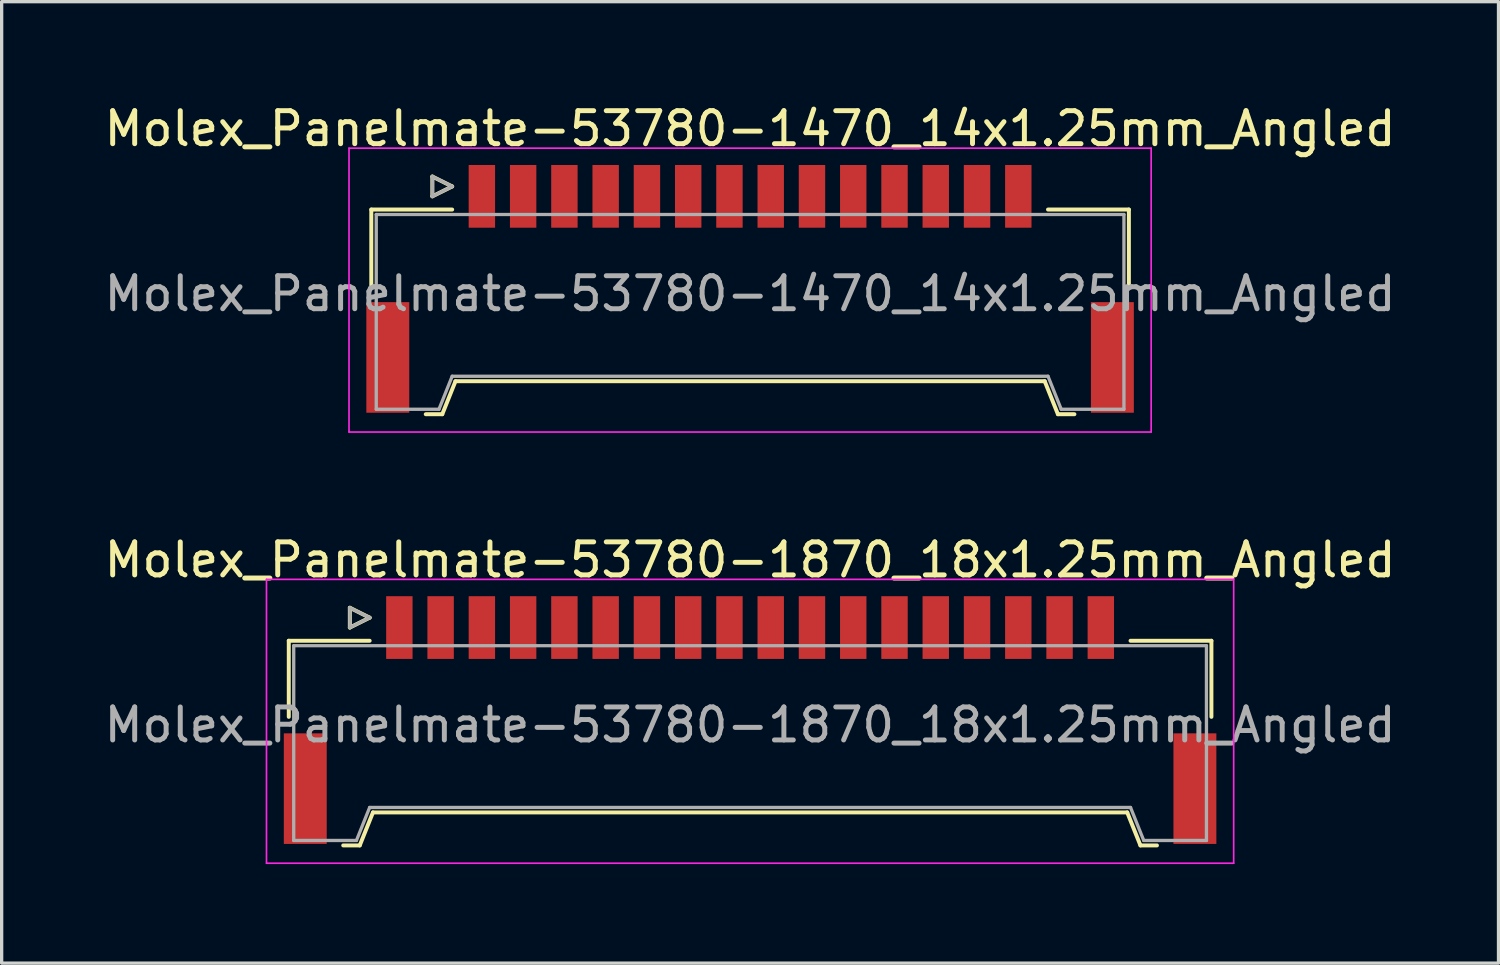
<source format=kicad_pcb>
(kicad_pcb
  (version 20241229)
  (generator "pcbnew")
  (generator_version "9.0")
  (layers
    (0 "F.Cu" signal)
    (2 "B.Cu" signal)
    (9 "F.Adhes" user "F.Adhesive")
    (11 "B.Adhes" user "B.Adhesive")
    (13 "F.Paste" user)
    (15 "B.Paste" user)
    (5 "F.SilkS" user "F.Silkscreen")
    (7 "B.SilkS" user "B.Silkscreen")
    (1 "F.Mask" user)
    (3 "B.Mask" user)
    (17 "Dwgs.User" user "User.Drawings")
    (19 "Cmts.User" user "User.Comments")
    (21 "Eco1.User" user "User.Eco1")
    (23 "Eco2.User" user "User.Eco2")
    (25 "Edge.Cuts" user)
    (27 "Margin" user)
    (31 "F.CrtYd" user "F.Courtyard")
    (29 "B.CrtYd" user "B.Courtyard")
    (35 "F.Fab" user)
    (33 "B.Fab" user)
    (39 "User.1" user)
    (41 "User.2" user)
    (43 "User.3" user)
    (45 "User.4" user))
  (footprint "Molex_Panelmate-53780-1470_14x1.25mm_Angled"
    (layer "F.Cu")
    (at 19.673 5.338)
    (property "Reference" "Molex_Panelmate-53780-1470_14x1.25mm_Angled" (at 0 -4.49 0) (layer "F.SilkS") (effects (font (size 1 1) (thickness 0.15))))
    (attr smd)
    (fp_line (start -11.475 -2.04) (end -11.475 0.265) (stroke (width 0.12) (type solid)) (layer "F.SilkS"))
    (fp_line (start -9.825 4.16) (end -9.325 4.16) (stroke (width 0.12) (type solid)) (layer "F.SilkS"))
    (fp_line (start -9.625 -3.04) (end -9.625 -2.44) (stroke (width 0.12) (type solid)) (layer "F.SilkS"))
    (fp_line (start -9.625 -2.44) (end -9.025 -2.74) (stroke (width 0.12) (type solid)) (layer "F.SilkS"))
    (fp_line (start -9.325 4.16) (end -8.925 3.16) (stroke (width 0.12) (type solid)) (layer "F.SilkS"))
    (fp_line (start -9.025 -2.74) (end -9.625 -3.04) (stroke (width 0.12) (type solid)) (layer "F.SilkS"))
    (fp_line (start -9.025 -2.04) (end -11.475 -2.04) (stroke (width 0.12) (type solid)) (layer "F.SilkS"))
    (fp_line (start -8.925 3.16) (end 8.925 3.16) (stroke (width 0.12) (type solid)) (layer "F.SilkS"))
    (fp_line (start 8.925 3.16) (end 9.325 4.16) (stroke (width 0.12) (type solid)) (layer "F.SilkS"))
    (fp_line (start 9.025 -2.04) (end 11.475 -2.04) (stroke (width 0.12) (type solid)) (layer "F.SilkS"))
    (fp_line (start 9.325 4.16) (end 9.825 4.16) (stroke (width 0.12) (type solid)) (layer "F.SilkS"))
    (fp_line (start 11.475 -2.04) (end 11.475 0.265) (stroke (width 0.12) (type solid)) (layer "F.SilkS"))
    (fp_line (start -12.15 -3.9) (end -12.15 4.7) (stroke (width 0.05) (type solid)) (layer "F.CrtYd"))
    (fp_line (start -12.15 4.7) (end 12.15 4.7) (stroke (width 0.05) (type solid)) (layer "F.CrtYd"))
    (fp_line (start 12.15 -3.9) (end -12.15 -3.9) (stroke (width 0.05) (type solid)) (layer "F.CrtYd"))
    (fp_line (start 12.15 4.7) (end 12.15 -3.9) (stroke (width 0.05) (type solid)) (layer "F.CrtYd"))
    (fp_line (start -11.325 -1.89) (end -11.325 4.01) (stroke (width 0.1) (type solid)) (layer "F.Fab"))
    (fp_line (start -11.325 4.01) (end -9.425 4.01) (stroke (width 0.1) (type solid)) (layer "F.Fab"))
    (fp_line (start -9.625 -3.04) (end -9.625 -2.44) (stroke (width 0.1) (type solid)) (layer "F.Fab"))
    (fp_line (start -9.625 -2.44) (end -9.025 -2.74) (stroke (width 0.1) (type solid)) (layer "F.Fab"))
    (fp_line (start -9.425 4.01) (end -9.025 3.01) (stroke (width 0.1) (type solid)) (layer "F.Fab"))
    (fp_line (start -9.025 -2.74) (end -9.625 -3.04) (stroke (width 0.1) (type solid)) (layer "F.Fab"))
    (fp_line (start -9.025 3.01) (end 9.025 3.01) (stroke (width 0.1) (type solid)) (layer "F.Fab"))
    (fp_line (start 9.025 3.01) (end 9.425 4.01) (stroke (width 0.1) (type solid)) (layer "F.Fab"))
    (fp_line (start 9.425 4.01) (end 11.325 4.01) (stroke (width 0.1) (type solid)) (layer "F.Fab"))
    (fp_line (start 11.325 -1.89) (end -11.325 -1.89) (stroke (width 0.1) (type solid)) (layer "F.Fab"))
    (fp_line (start 11.325 4.01) (end 11.325 -1.89) (stroke (width 0.1) (type solid)) (layer "F.Fab"))
    (fp_text user "${REFERENCE}" (at 0 0.51 0) (layer "F.Fab") (effects (font (size 1 1) (thickness 0.15))))
    (pad "" smd rect (at -10.975 2.44) (size 1.3 3.35) (layers "F.Cu" "F.Mask" "F.Paste"))
    (pad "" smd rect (at 10.975 2.44) (size 1.3 3.35) (layers "F.Cu" "F.Mask" "F.Paste"))
    (pad "1" smd rect (at -8.125 -2.44) (size 0.8 1.9) (layers "F.Cu" "F.Mask" "F.Paste"))
    (pad "2" smd rect (at -6.875 -2.44) (size 0.8 1.9) (layers "F.Cu" "F.Mask" "F.Paste"))
    (pad "3" smd rect (at -5.625 -2.44) (size 0.8 1.9) (layers "F.Cu" "F.Mask" "F.Paste"))
    (pad "4" smd rect (at -4.375 -2.44) (size 0.8 1.9) (layers "F.Cu" "F.Mask" "F.Paste"))
    (pad "5" smd rect (at -3.125 -2.44) (size 0.8 1.9) (layers "F.Cu" "F.Mask" "F.Paste"))
    (pad "6" smd rect (at -1.875 -2.44) (size 0.8 1.9) (layers "F.Cu" "F.Mask" "F.Paste"))
    (pad "7" smd rect (at -0.625 -2.44) (size 0.8 1.9) (layers "F.Cu" "F.Mask" "F.Paste"))
    (pad "8" smd rect (at 0.625 -2.44) (size 0.8 1.9) (layers "F.Cu" "F.Mask" "F.Paste"))
    (pad "9" smd rect (at 1.875 -2.44) (size 0.8 1.9) (layers "F.Cu" "F.Mask" "F.Paste"))
    (pad "10" smd rect (at 3.125 -2.44) (size 0.8 1.9) (layers "F.Cu" "F.Mask" "F.Paste"))
    (pad "11" smd rect (at 4.375 -2.44) (size 0.8 1.9) (layers "F.Cu" "F.Mask" "F.Paste"))
    (pad "12" smd rect (at 5.625 -2.44) (size 0.8 1.9) (layers "F.Cu" "F.Mask" "F.Paste"))
    (pad "13" smd rect (at 6.875 -2.44) (size 0.8 1.9) (layers "F.Cu" "F.Mask" "F.Paste"))
    (pad "14" smd rect (at 8.125 -2.44) (size 0.8 1.9) (layers "F.Cu" "F.Mask" "F.Paste")))
  (footprint "Molex_Panelmate-53780-1870_18x1.25mm_Angled"
    (layer "F.Cu")
    (at 19.673 18.401)
    (property "Reference" "Molex_Panelmate-53780-1870_18x1.25mm_Angled" (at 0 -4.49 0) (layer "F.SilkS") (effects (font (size 1 1) (thickness 0.15))))
    (attr smd)
    (fp_line (start -13.975 -2.04) (end -13.975 0.265) (stroke (width 0.12) (type solid)) (layer "F.SilkS"))
    (fp_line (start -12.325 4.16) (end -11.825 4.16) (stroke (width 0.12) (type solid)) (layer "F.SilkS"))
    (fp_line (start -12.125 -3.04) (end -12.125 -2.44) (stroke (width 0.12) (type solid)) (layer "F.SilkS"))
    (fp_line (start -12.125 -2.44) (end -11.525 -2.74) (stroke (width 0.12) (type solid)) (layer "F.SilkS"))
    (fp_line (start -11.825 4.16) (end -11.425 3.16) (stroke (width 0.12) (type solid)) (layer "F.SilkS"))
    (fp_line (start -11.525 -2.74) (end -12.125 -3.04) (stroke (width 0.12) (type solid)) (layer "F.SilkS"))
    (fp_line (start -11.525 -2.04) (end -13.975 -2.04) (stroke (width 0.12) (type solid)) (layer "F.SilkS"))
    (fp_line (start -11.425 3.16) (end 11.425 3.16) (stroke (width 0.12) (type solid)) (layer "F.SilkS"))
    (fp_line (start 11.425 3.16) (end 11.825 4.16) (stroke (width 0.12) (type solid)) (layer "F.SilkS"))
    (fp_line (start 11.525 -2.04) (end 13.975 -2.04) (stroke (width 0.12) (type solid)) (layer "F.SilkS"))
    (fp_line (start 11.825 4.16) (end 12.325 4.16) (stroke (width 0.12) (type solid)) (layer "F.SilkS"))
    (fp_line (start 13.975 -2.04) (end 13.975 0.265) (stroke (width 0.12) (type solid)) (layer "F.SilkS"))
    (fp_line (start -14.65 -3.9) (end -14.65 4.7) (stroke (width 0.05) (type solid)) (layer "F.CrtYd"))
    (fp_line (start -14.65 4.7) (end 14.65 4.7) (stroke (width 0.05) (type solid)) (layer "F.CrtYd"))
    (fp_line (start 14.65 -3.9) (end -14.65 -3.9) (stroke (width 0.05) (type solid)) (layer "F.CrtYd"))
    (fp_line (start 14.65 4.7) (end 14.65 -3.9) (stroke (width 0.05) (type solid)) (layer "F.CrtYd"))
    (fp_line (start -13.825 -1.89) (end -13.825 4.01) (stroke (width 0.1) (type solid)) (layer "F.Fab"))
    (fp_line (start -13.825 4.01) (end -11.925 4.01) (stroke (width 0.1) (type solid)) (layer "F.Fab"))
    (fp_line (start -12.125 -3.04) (end -12.125 -2.44) (stroke (width 0.1) (type solid)) (layer "F.Fab"))
    (fp_line (start -12.125 -2.44) (end -11.525 -2.74) (stroke (width 0.1) (type solid)) (layer "F.Fab"))
    (fp_line (start -11.925 4.01) (end -11.525 3.01) (stroke (width 0.1) (type solid)) (layer "F.Fab"))
    (fp_line (start -11.525 -2.74) (end -12.125 -3.04) (stroke (width 0.1) (type solid)) (layer "F.Fab"))
    (fp_line (start -11.525 3.01) (end 11.525 3.01) (stroke (width 0.1) (type solid)) (layer "F.Fab"))
    (fp_line (start 11.525 3.01) (end 11.925 4.01) (stroke (width 0.1) (type solid)) (layer "F.Fab"))
    (fp_line (start 11.925 4.01) (end 13.825 4.01) (stroke (width 0.1) (type solid)) (layer "F.Fab"))
    (fp_line (start 13.825 -1.89) (end -13.825 -1.89) (stroke (width 0.1) (type solid)) (layer "F.Fab"))
    (fp_line (start 13.825 4.01) (end 13.825 -1.89) (stroke (width 0.1) (type solid)) (layer "F.Fab"))
    (fp_text user "${REFERENCE}" (at 0 0.51 0) (layer "F.Fab") (effects (font (size 1 1) (thickness 0.15))))
    (pad "" smd rect (at -13.475 2.44) (size 1.3 3.35) (layers "F.Cu" "F.Mask" "F.Paste"))
    (pad "" smd rect (at 13.475 2.44) (size 1.3 3.35) (layers "F.Cu" "F.Mask" "F.Paste"))
    (pad "1" smd rect (at -10.625 -2.44) (size 0.8 1.9) (layers "F.Cu" "F.Mask" "F.Paste"))
    (pad "2" smd rect (at -9.375 -2.44) (size 0.8 1.9) (layers "F.Cu" "F.Mask" "F.Paste"))
    (pad "3" smd rect (at -8.125 -2.44) (size 0.8 1.9) (layers "F.Cu" "F.Mask" "F.Paste"))
    (pad "4" smd rect (at -6.875 -2.44) (size 0.8 1.9) (layers "F.Cu" "F.Mask" "F.Paste"))
    (pad "5" smd rect (at -5.625 -2.44) (size 0.8 1.9) (layers "F.Cu" "F.Mask" "F.Paste"))
    (pad "6" smd rect (at -4.375 -2.44) (size 0.8 1.9) (layers "F.Cu" "F.Mask" "F.Paste"))
    (pad "7" smd rect (at -3.125 -2.44) (size 0.8 1.9) (layers "F.Cu" "F.Mask" "F.Paste"))
    (pad "8" smd rect (at -1.875 -2.44) (size 0.8 1.9) (layers "F.Cu" "F.Mask" "F.Paste"))
    (pad "9" smd rect (at -0.625 -2.44) (size 0.8 1.9) (layers "F.Cu" "F.Mask" "F.Paste"))
    (pad "10" smd rect (at 0.625 -2.44) (size 0.8 1.9) (layers "F.Cu" "F.Mask" "F.Paste"))
    (pad "11" smd rect (at 1.875 -2.44) (size 0.8 1.9) (layers "F.Cu" "F.Mask" "F.Paste"))
    (pad "12" smd rect (at 3.125 -2.44) (size 0.8 1.9) (layers "F.Cu" "F.Mask" "F.Paste"))
    (pad "13" smd rect (at 4.375 -2.44) (size 0.8 1.9) (layers "F.Cu" "F.Mask" "F.Paste"))
    (pad "14" smd rect (at 5.625 -2.44) (size 0.8 1.9) (layers "F.Cu" "F.Mask" "F.Paste"))
    (pad "15" smd rect (at 6.875 -2.44) (size 0.8 1.9) (layers "F.Cu" "F.Mask" "F.Paste"))
    (pad "16" smd rect (at 8.125 -2.44) (size 0.8 1.9) (layers "F.Cu" "F.Mask" "F.Paste"))
    (pad "17" smd rect (at 9.375 -2.44) (size 0.8 1.9) (layers "F.Cu" "F.Mask" "F.Paste"))
    (pad "18" smd rect (at 10.625 -2.44) (size 0.8 1.9) (layers "F.Cu" "F.Mask" "F.Paste")))
  (gr_rect
    (start -3 -3)
    (end 42.345 26.127)
    (stroke (width 0.1) (type default))
    (fill no)
    (layer "Edge.Cuts")))
</source>
